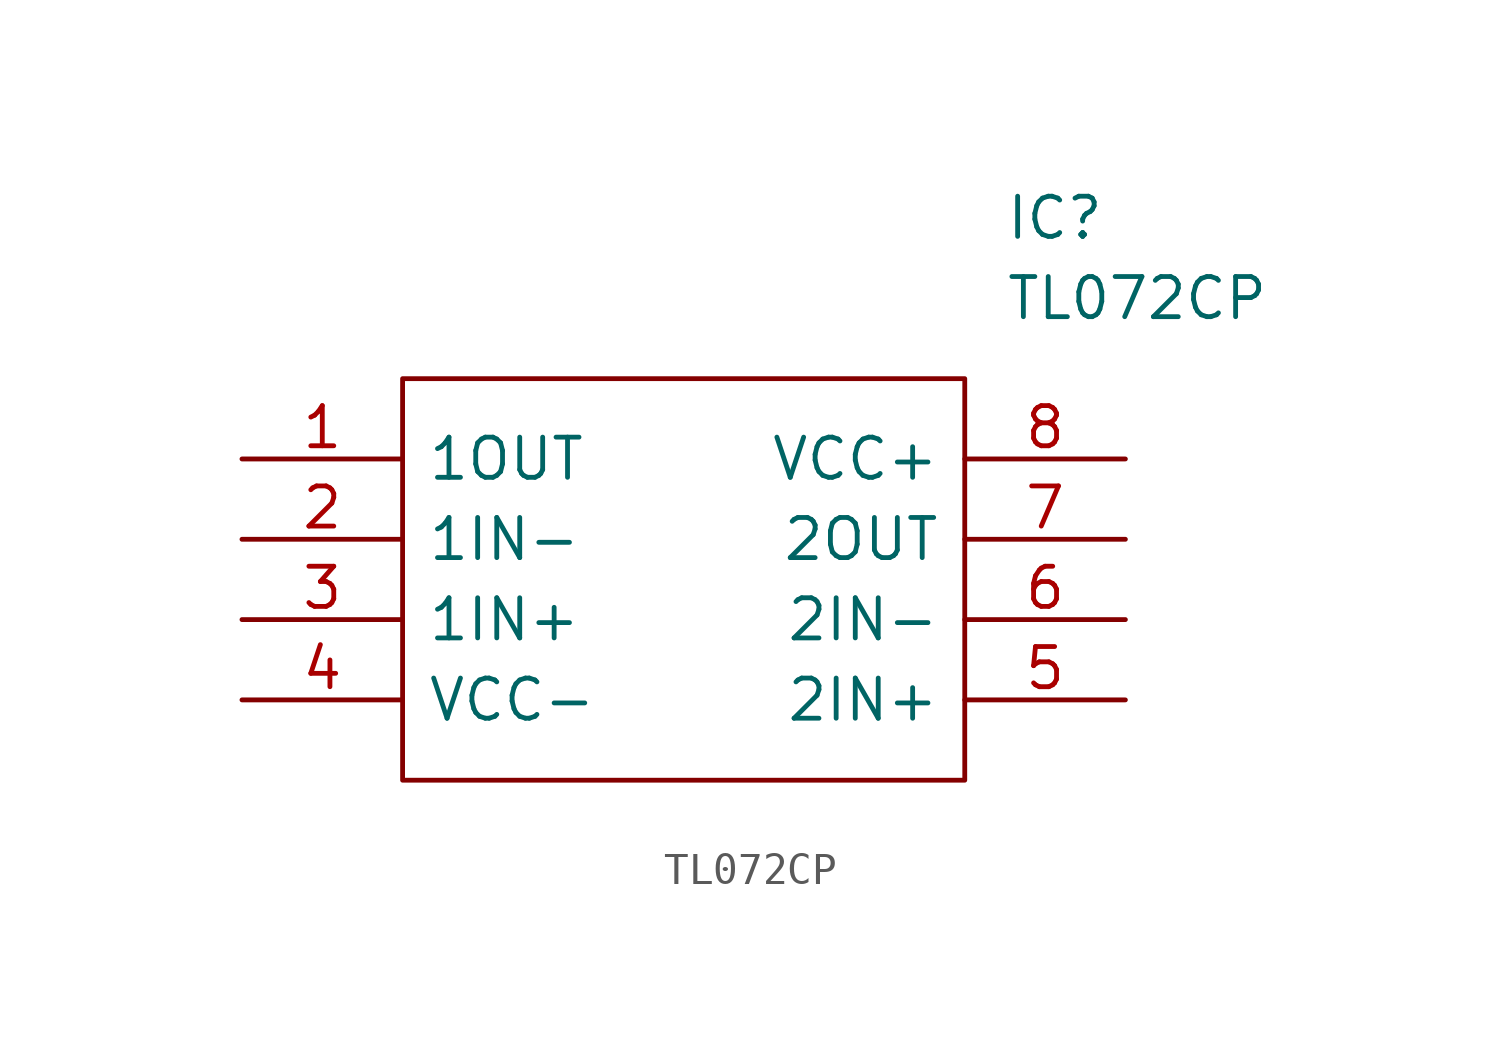
<source format=kicad_sym>
(kicad_symbol_lib
  (version 20231120)
  (generator "kicad_symbol_editor")
  (generator_version "8.0")
  (symbol "TL072CP"
    (pin_names
      (offset 0.762))
    (property "Reference" "IC"
      (at 24.13 7.62 0)
      (effects (font (size 1.27 1.27)) (justify left)))
    (property "Value" "TL072CP"
      (at 24.13 5.08 0)
      (effects (font (size 1.27 1.27)) (justify left)))
    (symbol "TL072CP_0_0"
      (pin passive line (at 0 0 0) (length 5.08) (name "1OUT" (effects (font (size 1.27 1.27)))) (number "1" (effects (font (size 1.27 1.27)))))
      (pin passive line (at 0 -2.54 0) (length 5.08) (name "1IN-" (effects (font (size 1.27 1.27)))) (number "2" (effects (font (size 1.27 1.27)))))
      (pin passive line (at 0 -5.08 0) (length 5.08) (name "1IN+" (effects (font (size 1.27 1.27)))) (number "3" (effects (font (size 1.27 1.27)))))
      (pin passive line (at 0 -7.62 0) (length 5.08) (name "VCC-" (effects (font (size 1.27 1.27)))) (number "4" (effects (font (size 1.27 1.27)))))
      (pin passive line (at 27.94 -7.62 180) (length 5.08) (name "2IN+" (effects (font (size 1.27 1.27)))) (number "5" (effects (font (size 1.27 1.27)))))
      (pin passive line (at 27.94 -5.08 180) (length 5.08) (name "2IN-" (effects (font (size 1.27 1.27)))) (number "6" (effects (font (size 1.27 1.27)))))
      (pin passive line (at 27.94 -2.54 180) (length 5.08) (name "2OUT" (effects (font (size 1.27 1.27)))) (number "7" (effects (font (size 1.27 1.27)))))
      (pin passive line (at 27.94 0 180) (length 5.08) (name "VCC+" (effects (font (size 1.27 1.27)))) (number "8" (effects (font (size 1.27 1.27))))))
    (symbol "TL072CP_0_1"
      (polyline (pts (xy 5.08 2.54) (xy 22.86 2.54) (xy 22.86 -10.16) (xy 5.08 -10.16) (xy 5.08 2.54)) (stroke (width 0.152) (type solid)) (fill (type none))))))
</source>
